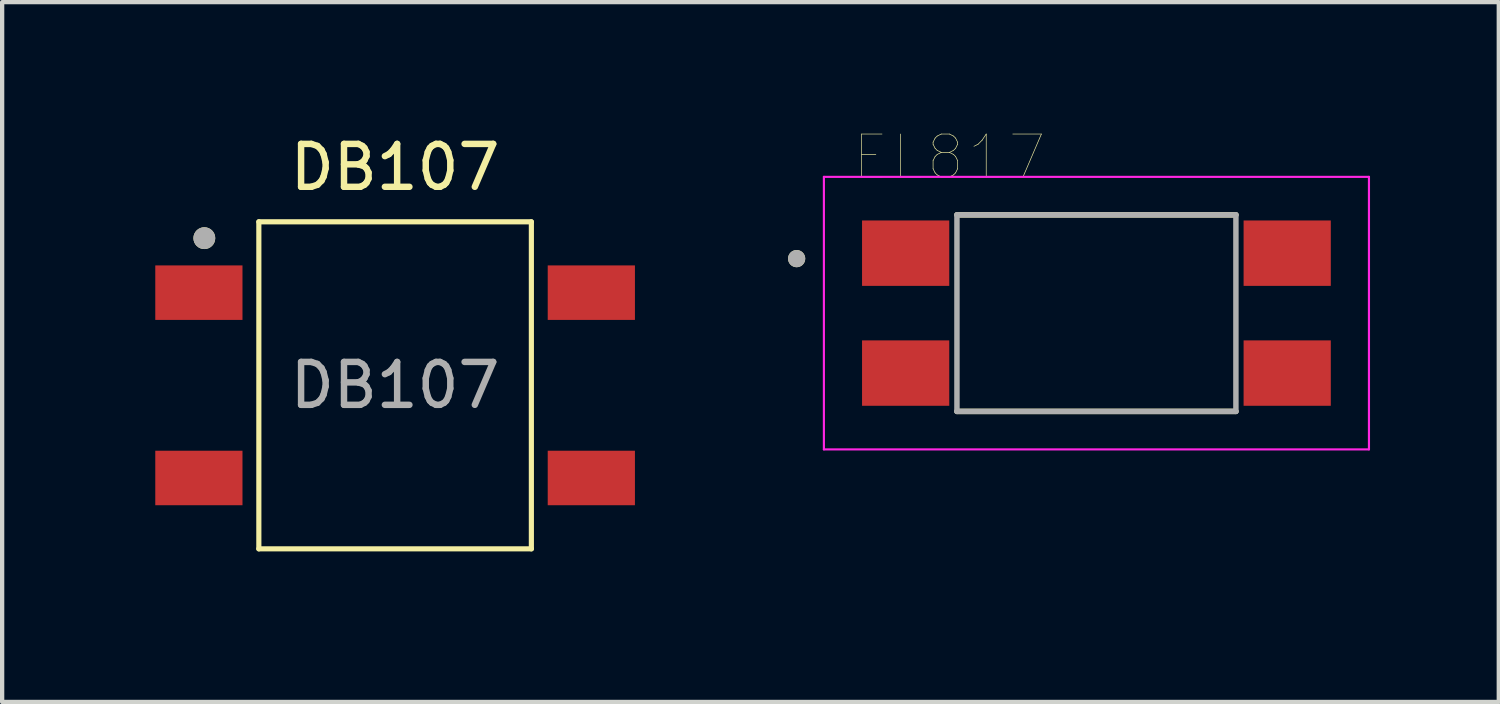
<source format=kicad_pcb>
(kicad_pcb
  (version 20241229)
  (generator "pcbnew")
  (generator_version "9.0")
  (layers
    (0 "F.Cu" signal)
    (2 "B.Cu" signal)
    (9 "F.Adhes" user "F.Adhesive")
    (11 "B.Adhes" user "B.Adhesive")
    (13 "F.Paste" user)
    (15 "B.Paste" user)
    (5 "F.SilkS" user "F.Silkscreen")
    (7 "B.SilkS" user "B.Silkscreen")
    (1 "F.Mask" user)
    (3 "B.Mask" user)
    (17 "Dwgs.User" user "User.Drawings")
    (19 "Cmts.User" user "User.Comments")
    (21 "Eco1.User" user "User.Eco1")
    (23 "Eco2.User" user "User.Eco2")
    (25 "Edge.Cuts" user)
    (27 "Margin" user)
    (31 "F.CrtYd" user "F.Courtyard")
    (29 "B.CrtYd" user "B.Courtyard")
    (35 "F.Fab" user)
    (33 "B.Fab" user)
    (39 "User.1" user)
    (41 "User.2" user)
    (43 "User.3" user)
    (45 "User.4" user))
  (footprint "DB107"
    (layer "F.Cu")
    (at 6.156 5.928)
    (property "Reference" "DB107" (at 0 -5.08 0) (unlocked yes) (layer "F.SilkS") (effects (font (size 1 1) (thickness 0.15))))
    (attr smd)
    (fp_line (start -3.175 -3.81) (end 3.175 -3.81) (stroke (width 0.12) (type solid)) (layer "F.SilkS"))
    (fp_line (start -3.175 3.81) (end -3.175 -3.81) (stroke (width 0.12) (type solid)) (layer "F.SilkS"))
    (fp_line (start 3.175 -3.81) (end 3.175 3.81) (stroke (width 0.12) (type solid)) (layer "F.SilkS"))
    (fp_line (start 3.175 3.81) (end -3.175 3.81) (stroke (width 0.12) (type solid)) (layer "F.SilkS"))
    (fp_circle (center -4.445 -3.429) (end -4.318 -3.429) (stroke (width 0.254) (type solid)) (fill no) (layer "F.SilkS"))
    (fp_line (start -6.096 -4.318) (end 6.096 -4.318) (stroke (width 0.12) (type solid)) (layer "Margin"))
    (fp_line (start -6.096 4.318) (end -6.096 -4.318) (stroke (width 0.12) (type solid)) (layer "Margin"))
    (fp_line (start 6.096 -4.318) (end 6.096 4.318) (stroke (width 0.12) (type solid)) (layer "Margin"))
    (fp_line (start 6.096 4.318) (end -6.096 4.318) (stroke (width 0.12) (type solid)) (layer "Margin"))
    (fp_circle (center -4.445 -3.429) (end -4.318 -3.429) (stroke (width 0.254) (type solid)) (fill no) (layer "F.Fab"))
    (fp_text user "${REFERENCE}" (at 0 0 0) (unlocked yes) (layer "F.Fab") (effects (font (size 1 1) (thickness 0.15))))
    (pad "1" smd rect (at -4.572 -2.159) (size 2.032 1.27) (layers "F.Cu" "F.Mask" "F.Paste"))
    (pad "2" smd rect (at -4.572 2.159) (size 2.032 1.27) (layers "F.Cu" "F.Mask" "F.Paste"))
    (pad "3" smd rect (at 4.572 2.159) (size 2.032 1.27) (layers "F.Cu" "F.Mask" "F.Paste"))
    (pad "4" smd rect (at 4.572 -2.159) (size 2.032 1.27) (layers "F.Cu" "F.Mask" "F.Paste")))
  (footprint "EL817"
    (layer "F.Cu")
    (at 22.497 4.246)
    (property "Reference" "EL817" (at -3.425 -3.635 0) (layer "F.SilkS") (effects (font (size 1 1) (thickness 0.015))))
    (attr smd)
    (fp_line (start -3.25 -2.29) (end 3.25 -2.29) (stroke (width 0.127) (type solid)) (layer "F.SilkS"))
    (fp_line (start 3.25 2.29) (end -3.25 2.29) (stroke (width 0.127) (type solid)) (layer "F.SilkS"))
    (fp_circle (center -6.985 -1.27) (end -6.885 -1.27) (stroke (width 0.2) (type solid)) (fill no) (layer "F.SilkS"))
    (fp_line (start -6.35 -3.175) (end 6.35 -3.175) (stroke (width 0.05) (type solid)) (layer "F.CrtYd"))
    (fp_line (start -6.35 3.175) (end -6.35 -3.175) (stroke (width 0.05) (type solid)) (layer "F.CrtYd"))
    (fp_line (start 6.35 -3.175) (end 6.35 3.175) (stroke (width 0.05) (type solid)) (layer "F.CrtYd"))
    (fp_line (start 6.35 3.175) (end -6.35 3.175) (stroke (width 0.05) (type solid)) (layer "F.CrtYd"))
    (fp_line (start -3.25 -2.29) (end -3.25 2.29) (stroke (width 0.127) (type solid)) (layer "F.Fab"))
    (fp_line (start -3.25 2.29) (end 3.25 2.29) (stroke (width 0.127) (type solid)) (layer "F.Fab"))
    (fp_line (start 3.25 -2.29) (end -3.25 -2.29) (stroke (width 0.127) (type solid)) (layer "F.Fab"))
    (fp_line (start 3.25 2.29) (end 3.25 -2.29) (stroke (width 0.127) (type solid)) (layer "F.Fab"))
    (fp_circle (center -6.985 -1.27) (end -6.885 -1.27) (stroke (width 0.2) (type solid)) (fill no) (layer "F.Fab"))
    (pad "1" smd rect (at -4.445 -1.397) (size 2.032 1.524) (layers "F.Cu" "F.Mask" "F.Paste"))
    (pad "2" smd rect (at -4.445 1.397) (size 2.032 1.524) (layers "F.Cu" "F.Mask" "F.Paste"))
    (pad "3" smd rect (at 4.445 1.397) (size 2.032 1.524) (layers "F.Cu" "F.Mask" "F.Paste"))
    (pad "4" smd rect (at 4.445 -1.397) (size 2.032 1.524) (layers "F.Cu" "F.Mask" "F.Paste")))
  (gr_rect
    (start -3 -3)
    (end 31.872 13.306)
    (stroke (width 0.1) (type default))
    (fill no)
    (layer "Edge.Cuts")))
</source>
